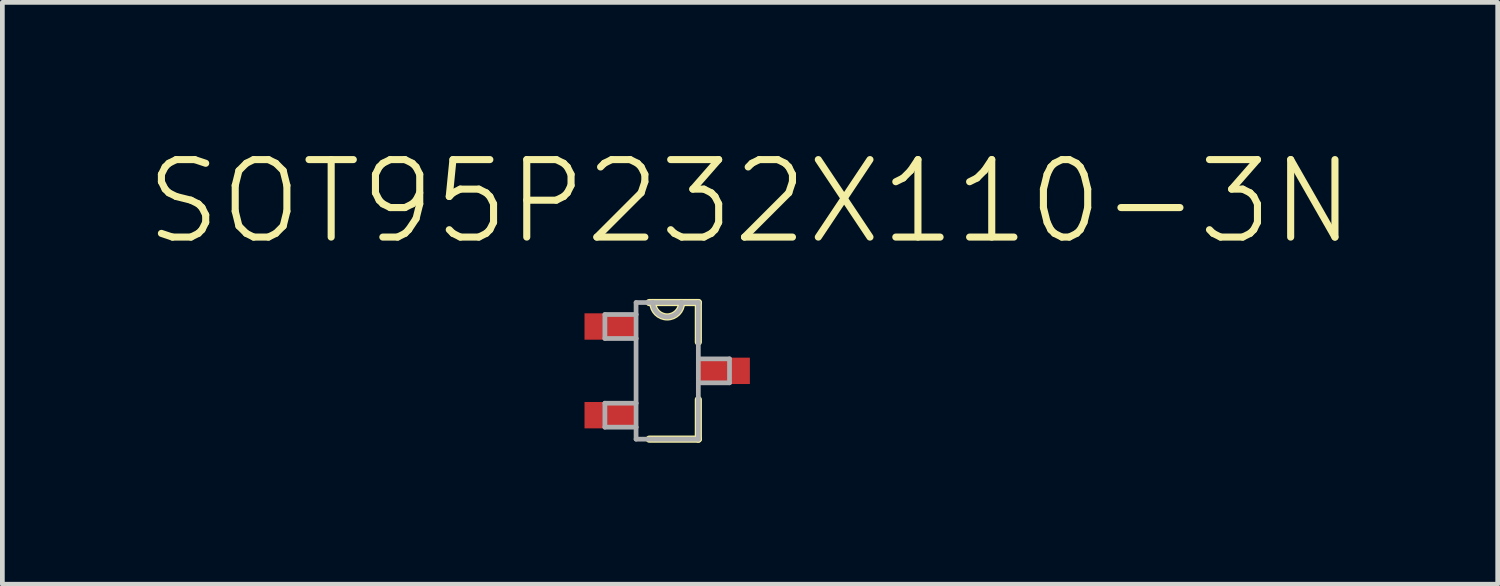
<source format=kicad_pcb>
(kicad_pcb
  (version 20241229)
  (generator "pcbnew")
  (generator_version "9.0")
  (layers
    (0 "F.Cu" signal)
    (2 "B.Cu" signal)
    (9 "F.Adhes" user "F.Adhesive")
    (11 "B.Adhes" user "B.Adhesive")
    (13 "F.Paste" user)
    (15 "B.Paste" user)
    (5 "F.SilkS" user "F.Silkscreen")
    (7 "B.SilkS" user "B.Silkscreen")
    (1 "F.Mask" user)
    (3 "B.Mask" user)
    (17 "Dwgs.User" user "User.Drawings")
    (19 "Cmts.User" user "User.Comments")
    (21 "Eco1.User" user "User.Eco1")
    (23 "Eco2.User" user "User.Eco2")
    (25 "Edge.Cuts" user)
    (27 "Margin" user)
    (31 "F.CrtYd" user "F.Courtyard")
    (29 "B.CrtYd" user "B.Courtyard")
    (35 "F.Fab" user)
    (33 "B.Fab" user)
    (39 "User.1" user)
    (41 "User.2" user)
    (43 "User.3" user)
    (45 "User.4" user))
  (footprint "SOT95P232X110-3N"
    (layer "F.Cu")
    (at 11.095 4.812)
    (property "Reference" "SOT95P232X110-3N" (at 1.756 -3.588 0) (layer "F.SilkS") (effects (font (size 1.643 1.643) (thickness 0.15))))
    (attr smd)
    (fp_line (start -0.381 1.448) (end 0.66 1.448) (stroke (width 0.152) (type solid)) (layer "F.SilkS"))
    (fp_line (start -0.305 -1.448) (end -0.381 -1.448) (stroke (width 0.152) (type solid)) (layer "F.SilkS"))
    (fp_line (start 0.305 -1.448) (end -0.305 -1.448) (stroke (width 0.152) (type solid)) (layer "F.SilkS"))
    (fp_line (start 0.66 -1.448) (end 0.305 -1.448) (stroke (width 0.152) (type solid)) (layer "F.SilkS"))
    (fp_line (start 0.66 -0.61) (end 0.66 -1.448) (stroke (width 0.152) (type solid)) (layer "F.SilkS"))
    (fp_line (start 0.66 1.448) (end 0.66 0.61) (stroke (width 0.152) (type solid)) (layer "F.SilkS"))
    (fp_arc (start 0.3048 -1.4478) (mid 0 -1.143) (end -0.3048 -1.4478) (stroke (width 0.1524) (type solid)) (layer "F.SilkS"))
    (fp_line (start -1.321 -1.194) (end -1.321 -0.686) (stroke (width 0.1) (type solid)) (layer "F.Fab"))
    (fp_line (start -1.321 -0.686) (end -0.66 -0.686) (stroke (width 0.1) (type solid)) (layer "F.Fab"))
    (fp_line (start -1.321 0.686) (end -1.321 1.194) (stroke (width 0.1) (type solid)) (layer "F.Fab"))
    (fp_line (start -1.321 1.194) (end -0.66 1.194) (stroke (width 0.1) (type solid)) (layer "F.Fab"))
    (fp_line (start -0.66 -1.448) (end -0.66 -1.194) (stroke (width 0.1) (type solid)) (layer "F.Fab"))
    (fp_line (start -0.66 -1.194) (end -1.321 -1.194) (stroke (width 0.1) (type solid)) (layer "F.Fab"))
    (fp_line (start -0.66 -1.194) (end -0.66 -0.686) (stroke (width 0.1) (type solid)) (layer "F.Fab"))
    (fp_line (start -0.66 -0.686) (end -0.66 0.686) (stroke (width 0.1) (type solid)) (layer "F.Fab"))
    (fp_line (start -0.66 0.686) (end -1.321 0.686) (stroke (width 0.1) (type solid)) (layer "F.Fab"))
    (fp_line (start -0.66 1.194) (end -0.66 0.686) (stroke (width 0.1) (type solid)) (layer "F.Fab"))
    (fp_line (start -0.66 1.448) (end -0.66 1.194) (stroke (width 0.1) (type solid)) (layer "F.Fab"))
    (fp_line (start -0.66 1.448) (end 0.66 1.448) (stroke (width 0.1) (type solid)) (layer "F.Fab"))
    (fp_line (start -0.305 -1.448) (end -0.66 -1.448) (stroke (width 0.1) (type solid)) (layer "F.Fab"))
    (fp_line (start 0.305 -1.448) (end -0.305 -1.448) (stroke (width 0.1) (type solid)) (layer "F.Fab"))
    (fp_line (start 0.66 -1.448) (end 0.305 -1.448) (stroke (width 0.1) (type solid)) (layer "F.Fab"))
    (fp_line (start 0.66 -0.254) (end 0.66 -1.448) (stroke (width 0.1) (type solid)) (layer "F.Fab"))
    (fp_line (start 0.66 0.254) (end 0.66 -0.254) (stroke (width 0.1) (type solid)) (layer "F.Fab"))
    (fp_line (start 0.66 0.254) (end 1.321 0.254) (stroke (width 0.1) (type solid)) (layer "F.Fab"))
    (fp_line (start 0.66 1.448) (end 0.66 0.254) (stroke (width 0.1) (type solid)) (layer "F.Fab"))
    (fp_line (start 1.321 -0.254) (end 0.66 -0.254) (stroke (width 0.1) (type solid)) (layer "F.Fab"))
    (fp_line (start 1.321 0.254) (end 1.321 -0.254) (stroke (width 0.1) (type solid)) (layer "F.Fab"))
    (fp_arc (start 0.3048 -1.4478) (mid 0 -1.143) (end -0.3048 -1.4478) (stroke (width 0.1) (type solid)) (layer "F.Fab"))
    (pad "1" smd rect (at -1.194 -0.94) (size 1.118 0.559) (layers "F.Cu" "F.Mask" "F.Paste"))
    (pad "2" smd rect (at -1.194 0.94) (size 1.118 0.559) (layers "F.Cu" "F.Mask" "F.Paste"))
    (pad "3" smd rect (at 1.194 0) (size 1.118 0.559) (layers "F.Cu" "F.Mask" "F.Paste")))
  (gr_rect
    (start -3 -3)
    (end 28.702 9.336)
    (stroke (width 0.1) (type default))
    (fill no)
    (layer "Edge.Cuts")))
</source>
